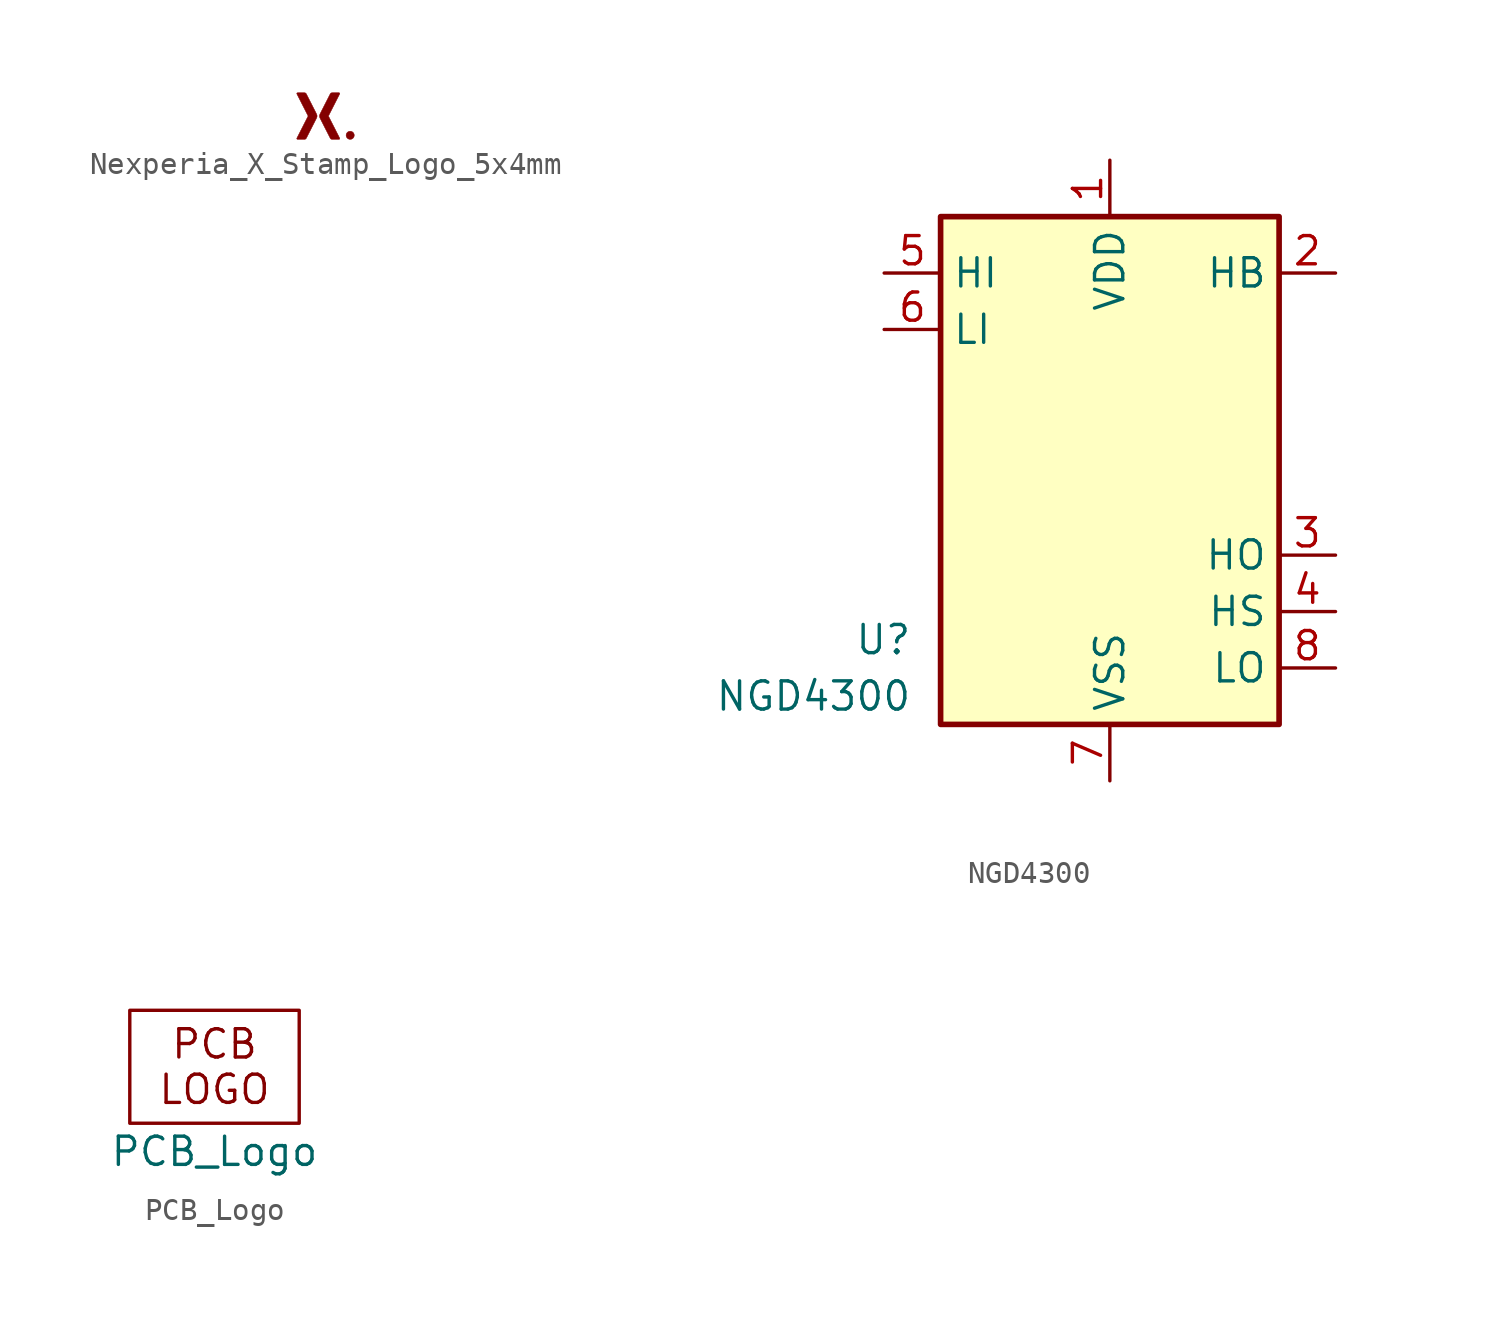
<source format=kicad_sym>
(kicad_symbol_lib
  (version 20241209)
  (generator "kicad_symbol_editor")
  (generator_version "9.0")
  (symbol "Nexperia_X_Stamp_Logo_5x4mm"
    (pin_names
      (offset 1.016))
    (property "Reference" "SYM"
      (at 0 1.133 0)
      (effects (font (size 1.27 1.27)) (hide yes)))
    (symbol "Nexperia_X_Stamp_Logo_5x4mm_0_0"
      (polyline (pts (xy -0.78 -1.055) (xy -0.766 -1.055) (xy -0.753 -1.055) (xy -0.74 -1.055) (xy -0.728 -1.055) (xy -0.718 -1.055) (xy -0.709 -1.055) (xy -0.701 -1.055) (xy -0.695 -1.054) (xy -0.69 -1.054) (xy -0.687 -1.054) (xy -0.686 -1.054) (xy -0.671 -1.052) (xy -0.658 -1.05) (xy -0.646 -1.046) (xy -0.635 -1.04) (xy -0.626 -1.034) (xy -0.617 -1.026) (xy -0.616 -1.024) (xy -0.612 -1.02) (xy -0.608 -1.015) (xy -0.604 -1.009) (xy -0.6 -1.002) (xy -0.595 -0.994) (xy -0.59 -0.984) (xy -0.589 -0.982) (xy -0.587 -0.978) (xy -0.585 -0.973) (xy -0.581 -0.965) (xy -0.576 -0.957) (xy -0.571 -0.946) (xy -0.565 -0.935) (xy -0.558 -0.922) (xy -0.551 -0.907) (xy -0.543 -0.891) (xy -0.535 -0.875) (xy -0.525 -0.857) (xy -0.516 -0.838) (xy -0.505 -0.817) (xy -0.495 -0.796) (xy -0.483 -0.774) (xy -0.472 -0.751) (xy -0.46 -0.728) (xy -0.447 -0.703) (xy -0.434 -0.678) (xy -0.421 -0.653) (xy -0.408 -0.626) (xy -0.394 -0.6) (xy -0.381 -0.572) (xy -0.366 -0.545) (xy -0.365 -0.543) (xy -0.351 -0.515) (xy -0.338 -0.488) (xy -0.324 -0.461) (xy -0.311 -0.435) (xy -0.298 -0.41) (xy -0.285 -0.385) (xy -0.273 -0.361) (xy -0.261 -0.337) (xy -0.249 -0.315) (xy -0.238 -0.293) (xy -0.228 -0.272) (xy -0.217 -0.252) (xy -0.208 -0.233) (xy -0.199 -0.215) (xy -0.19 -0.199) (xy -0.183 -0.183) (xy -0.175 -0.169) (xy -0.169 -0.157) (xy -0.163 -0.145) (xy -0.158 -0.135) (xy -0.154 -0.127) (xy -0.15 -0.12) (xy -0.148 -0.115) (xy -0.146 -0.111) (xy -0.145 -0.109) (xy -0.141 -0.1) (xy -0.133 -0.082) (xy -0.127 -0.064) (xy -0.121 -0.047) (xy -0.117 -0.031) (xy -0.117 -0.031) (xy -0.116 -0.026) (xy -0.115 -0.021) (xy -0.115 -0.017) (xy -0.115 -0.013) (xy -0.115 -0.007) (xy -0.115 0) (xy -0.115 0.001) (xy -0.115 0.008) (xy -0.115 0.013) (xy -0.115 0.018) (xy -0.115 0.022) (xy -0.116 0.026) (xy -0.117 0.031) (xy -0.119 0.039) (xy -0.124 0.056) (xy -0.13 0.073) (xy -0.137 0.091) (xy -0.145 0.109) (xy -0.145 0.109) (xy -0.146 0.111) (xy -0.148 0.115) (xy -0.151 0.12) (xy -0.154 0.127) (xy -0.159 0.136) (xy -0.164 0.146) (xy -0.169 0.157) (xy -0.176 0.17) (xy -0.183 0.184) (xy -0.191 0.2) (xy -0.199 0.217) (xy -0.208 0.234) (xy -0.218 0.253) (xy -0.228 0.273) (xy -0.239 0.294) (xy -0.25 0.316) (xy -0.262 0.339) (xy -0.274 0.362) (xy -0.286 0.387) (xy -0.299 0.412) (xy -0.312 0.437) (xy -0.325 0.463) (xy -0.339 0.49) (xy -0.352 0.517) (xy -0.366 0.545) (xy -0.367 0.546) (xy -0.381 0.574) (xy -0.395 0.601) (xy -0.409 0.627) (xy -0.422 0.654) (xy -0.435 0.679) (xy -0.448 0.705) (xy -0.46 0.729) (xy -0.472 0.752) (xy -0.484 0.775) (xy -0.495 0.797) (xy -0.506 0.818) (xy -0.516 0.838) (xy -0.526 0.858) (xy -0.535 0.875) (xy -0.544 0.892) (xy -0.551 0.908) (xy -0.559 0.922) (xy -0.566 0.935) (xy -0.571 0.947) (xy -0.577 0.957) (xy -0.581 0.966) (xy -0.585 0.973) (xy -0.587 0.978) (xy -0.589 0.982) (xy -0.59 0.984) (xy -0.592 0.987) (xy -0.597 0.996) (xy -0.601 1.004) (xy -0.605 1.01) (xy -0.609 1.016) (xy -0.613 1.021) (xy -0.617 1.026) (xy -0.622 1.031) (xy -0.631 1.038) (xy -0.64 1.043) (xy -0.65 1.047) (xy -0.662 1.051) (xy -0.675 1.053) (xy -0.689 1.054) (xy -0.693 1.054) (xy -0.698 1.055) (xy -0.706 1.055) (xy -0.715 1.055) (xy -0.727 1.055) (xy -0.74 1.055) (xy -0.754 1.055) (xy -0.771 1.055) (xy -0.789 1.055) (xy -0.808 1.055) (xy -0.83 1.055) (xy -0.852 1.055) (xy -0.866 1.055) (xy -0.885 1.055) (xy -0.902 1.055) (xy -0.917 1.055) (xy -0.931 1.055) (xy -0.943 1.055) (xy -0.953 1.055) (xy -0.962 1.055) (xy -0.97 1.054) (xy -0.977 1.054) (xy -0.983 1.054) (xy -0.988 1.054) (xy -0.992 1.054) (xy -0.995 1.054) (xy -0.997 1.054) (xy -0.999 1.054) (xy -1.001 1.054) (xy -1.002 1.053) (xy -1.003 1.053) (xy -1.007 1.051) (xy -1.016 1.047) (xy -1.022 1.042) (xy -1.027 1.036) (xy -1.03 1.029) (xy -1.032 1.022) (xy -1.032 1.014) (xy -1.029 1.005) (xy -1.029 1.005) (xy -1.029 1.004) (xy -1.029 1.004) (xy -1.028 1.003) (xy -1.028 1.003) (xy -1.028 1.002) (xy -1.028 1.001) (xy -1.027 1) (xy -1.026 0.999) (xy -1.026 0.997) (xy -1.025 0.995) (xy -1.024 0.993) (xy -1.022 0.991) (xy -1.021 0.987) (xy -1.019 0.984) (xy -1.017 0.98) (xy -1.015 0.975) (xy -1.012 0.97) (xy -1.009 0.964) (xy -1.006 0.958) (xy -1.002 0.951) (xy -0.998 0.943) (xy -0.994 0.934) (xy -0.989 0.925) (xy -0.984 0.915) (xy -0.979 0.904) (xy -0.972 0.892) (xy -0.966 0.879) (xy -0.959 0.865) (xy -0.951 0.85) (xy -0.943 0.834) (xy -0.934 0.817) (xy -0.925 0.799) (xy -0.915 0.779) (xy -0.905 0.759) (xy -0.894 0.737) (xy -0.882 0.714) (xy -0.87 0.69) (xy -0.856 0.664) (xy -0.843 0.637) (xy -0.828 0.608) (xy -0.813 0.578) (xy -0.797 0.546) (xy -0.78 0.513) (xy -0.762 0.479) (xy -0.744 0.442) (xy -0.724 0.405) (xy -0.704 0.365) (xy -0.683 0.324) (xy -0.661 0.281) (xy -0.656 0.27) (xy -0.644 0.247) (xy -0.633 0.226) (xy -0.623 0.205) (xy -0.612 0.184) (xy -0.602 0.165) (xy -0.593 0.146) (xy -0.584 0.128) (xy -0.575 0.111) (xy -0.567 0.094) (xy -0.559 0.079) (xy -0.552 0.065) (xy -0.545 0.052) (xy -0.539 0.041) (xy -0.534 0.03) (xy -0.53 0.021) (xy -0.526 0.014) (xy -0.523 0.008) (xy -0.521 0.004) (xy -0.519 0.001) (xy -0.519 0) (xy -0.519 -0.0001) (xy -0.519 -0.001) (xy -0.52 -0.002) (xy -0.521 -0.004) (xy -0.522 -0.007) (xy -0.524 -0.01) (xy -0.526 -0.014) (xy -0.528 -0.019) (xy -0.531 -0.024) (xy -0.534 -0.031) (xy -0.538 -0.038) (xy -0.542 -0.046) (xy -0.547 -0.055) (xy -0.552 -0.065) (xy -0.557 -0.076) (xy -0.563 -0.088) (xy -0.57 -0.101) (xy -0.577 -0.115) (xy -0.585 -0.13) (xy -0.593 -0.147) (xy -0.602 -0.164) (xy -0.612 -0.183) (xy -0.622 -0.203) (xy -0.632 -0.224) (xy -0.644 -0.246) (xy -0.656 -0.27) (xy -0.669 -0.295) (xy -0.682 -0.322) (xy -0.697 -0.35) (xy -0.712 -0.379) (xy -0.727 -0.41) (xy -0.744 -0.443) (xy -0.761 -0.477) (xy -0.779 -0.512) (xy -0.798 -0.549) (xy -0.818 -0.588) (xy -0.839 -0.629) (xy -0.86 -0.671) (xy -0.882 -0.715) (xy -0.906 -0.76) (xy -0.909 -0.768) (xy -0.922 -0.792) (xy -0.933 -0.815) (xy -0.944 -0.836) (xy -0.954 -0.856) (xy -0.963 -0.874) (xy -0.972 -0.89) (xy -0.979 -0.905) (xy -0.986 -0.919) (xy -0.993 -0.931) (xy -0.998 -0.943) (xy -1.003 -0.953) (xy -1.008 -0.962) (xy -1.012 -0.969) (xy -1.015 -0.976) (xy -1.018 -0.982) (xy -1.021 -0.988) (xy -1.023 -0.992) (xy -1.025 -0.996) (xy -1.026 -0.998) (xy -1.027 -1.001) (xy -1.028 -1.003) (xy -1.029 -1.004) (xy -1.029 -1.005) (xy -1.03 -1.009) (xy -1.032 -1.018) (xy -1.031 -1.025) (xy -1.029 -1.033) (xy -1.025 -1.039) (xy -1.02 -1.045) (xy -1.013 -1.049) (xy -1.004 -1.052) (xy -0.995 -1.054) (xy -0.994 -1.054) (xy -0.992 -1.054) (xy -0.987 -1.054) (xy -0.981 -1.055) (xy -0.973 -1.055) (xy -0.964 -1.055) (xy -0.953 -1.055) (xy -0.942 -1.055) (xy -0.929 -1.055) (xy -0.916 -1.055) (xy -0.902 -1.055) (xy -0.887 -1.055) (xy -0.872 -1.055) (xy -0.856 -1.055) (xy -0.841 -1.055) (xy -0.825 -1.055) (xy -0.81 -1.055) (xy -0.795 -1.055) (xy -0.78 -1.055)) (stroke (width 0.01) (type default)) (fill (type outline)))
      (polyline (pts (xy 0.879 -1.055) (xy 0.887 -1.052) (xy 0.89 -1.051) (xy 0.899 -1.047) (xy 0.905 -1.042) (xy 0.91 -1.036) (xy 0.913 -1.029) (xy 0.914 -1.021) (xy 0.913 -1.012) (xy 0.913 -1.012) (xy 0.913 -1.012) (xy 0.913 -1.012) (xy 0.913 -1.011) (xy 0.913 -1.011) (xy 0.913 -1.011) (xy 0.913 -1.011) (xy 0.913 -1.011) (xy 0.913 -1.01) (xy 0.913 -1.01) (xy 0.913 -1.009) (xy 0.913 -1.008) (xy 0.912 -1.007) (xy 0.911 -1.006) (xy 0.911 -1.004) (xy 0.91 -1.002) (xy 0.908 -0.999) (xy 0.907 -0.996) (xy 0.905 -0.993) (xy 0.903 -0.989) (xy 0.901 -0.984) (xy 0.898 -0.979) (xy 0.896 -0.973) (xy 0.892 -0.967) (xy 0.889 -0.96) (xy 0.885 -0.952) (xy 0.88 -0.943) (xy 0.876 -0.934) (xy 0.87 -0.923) (xy 0.865 -0.912) (xy 0.859 -0.9) (xy 0.852 -0.887) (xy 0.845 -0.873) (xy 0.837 -0.857) (xy 0.829 -0.841) (xy 0.82 -0.824) (xy 0.81 -0.805) (xy 0.8 -0.785) (xy 0.789 -0.764) (xy 0.778 -0.742) (xy 0.766 -0.718) (xy 0.753 -0.693) (xy 0.74 -0.667) (xy 0.726 -0.639) (xy 0.711 -0.61) (xy 0.696 -0.579) (xy 0.679 -0.547) (xy 0.662 -0.513) (xy 0.644 -0.478) (xy 0.625 -0.441) (xy 0.605 -0.402) (xy 0.585 -0.362) (xy 0.563 -0.32) (xy 0.554 -0.302) (xy 0.542 -0.279) (xy 0.531 -0.256) (xy 0.519 -0.233) (xy 0.508 -0.212) (xy 0.498 -0.191) (xy 0.487 -0.171) (xy 0.477 -0.151) (xy 0.468 -0.133) (xy 0.459 -0.115) (xy 0.451 -0.098) (xy 0.443 -0.083) (xy 0.436 -0.069) (xy 0.429 -0.056) (xy 0.423 -0.044) (xy 0.418 -0.033) (xy 0.413 -0.024) (xy 0.409 -0.016) (xy 0.406 -0.01) (xy 0.404 -0.006) (xy 0.402 -0.003) (xy 0.402 -0.002) (xy 0.402 -0.002) (xy 0.402 -0.001) (xy 0.402 -0.0001) (xy 0.403 0.001) (xy 0.404 0.003) (xy 0.405 0.005) (xy 0.406 0.008) (xy 0.407 0.011) (xy 0.409 0.016) (xy 0.412 0.02) (xy 0.414 0.026) (xy 0.417 0.032) (xy 0.421 0.04) (xy 0.425 0.048) (xy 0.43 0.057) (xy 0.435 0.067) (xy 0.441 0.078) (xy 0.447 0.091) (xy 0.454 0.104) (xy 0.461 0.119) (xy 0.47 0.136) (xy 0.478 0.153) (xy 0.488 0.172) (xy 0.498 0.192) (xy 0.51 0.214) (xy 0.522 0.238) (xy 0.534 0.263) (xy 0.548 0.29) (xy 0.563 0.319) (xy 0.573 0.339) (xy 0.594 0.38) (xy 0.614 0.42) (xy 0.634 0.458) (xy 0.652 0.494) (xy 0.67 0.529) (xy 0.687 0.562) (xy 0.703 0.594) (xy 0.718 0.624) (xy 0.733 0.652) (xy 0.746 0.679) (xy 0.759 0.705) (xy 0.772 0.729) (xy 0.783 0.752) (xy 0.794 0.774) (xy 0.805 0.794) (xy 0.815 0.814) (xy 0.824 0.832) (xy 0.832 0.849) (xy 0.841 0.864) (xy 0.848 0.879) (xy 0.855 0.893) (xy 0.861 0.906) (xy 0.867 0.917) (xy 0.873 0.928) (xy 0.878 0.938) (xy 0.882 0.947) (xy 0.887 0.956) (xy 0.89 0.963) (xy 0.894 0.97) (xy 0.897 0.976) (xy 0.9 0.982) (xy 0.902 0.987) (xy 0.904 0.991) (xy 0.906 0.995) (xy 0.908 0.998) (xy 0.909 1.001) (xy 0.91 1.003) (xy 0.911 1.005) (xy 0.912 1.006) (xy 0.912 1.008) (xy 0.913 1.009) (xy 0.913 1.01) (xy 0.913 1.01) (xy 0.913 1.01) (xy 0.913 1.011) (xy 0.913 1.011) (xy 0.913 1.011) (xy 0.913 1.011) (xy 0.913 1.011) (xy 0.913 1.012) (xy 0.913 1.012) (xy 0.913 1.012) (xy 0.914 1.015) (xy 0.914 1.023) (xy 0.912 1.031) (xy 0.909 1.038) (xy 0.903 1.043) (xy 0.896 1.048) (xy 0.887 1.052) (xy 0.879 1.055) (xy 0.734 1.055) (xy 0.726 1.055) (xy 0.704 1.055) (xy 0.685 1.055) (xy 0.667 1.055) (xy 0.651 1.055) (xy 0.637 1.055) (xy 0.624 1.055) (xy 0.612 1.055) (xy 0.602 1.055) (xy 0.593 1.055) (xy 0.585 1.055) (xy 0.578 1.054) (xy 0.572 1.054) (xy 0.567 1.054) (xy 0.562 1.054) (xy 0.558 1.053) (xy 0.555 1.053) (xy 0.552 1.052) (xy 0.549 1.052) (xy 0.547 1.051) (xy 0.544 1.051) (xy 0.542 1.05) (xy 0.532 1.047) (xy 0.524 1.044) (xy 0.516 1.04) (xy 0.509 1.035) (xy 0.502 1.029) (xy 0.499 1.025) (xy 0.493 1.018) (xy 0.487 1.011) (xy 0.482 1.002) (xy 0.476 0.991) (xy 0.475 0.989) (xy 0.473 0.986) (xy 0.471 0.981) (xy 0.467 0.974) (xy 0.463 0.966) (xy 0.459 0.957) (xy 0.453 0.946) (xy 0.447 0.935) (xy 0.441 0.923) (xy 0.434 0.909) (xy 0.427 0.896) (xy 0.42 0.881) (xy 0.412 0.866) (xy 0.405 0.851) (xy 0.403 0.848) (xy 0.381 0.804) (xy 0.359 0.762) (xy 0.339 0.721) (xy 0.319 0.683) (xy 0.3 0.646) (xy 0.282 0.61) (xy 0.265 0.576) (xy 0.248 0.544) (xy 0.232 0.513) (xy 0.217 0.483) (xy 0.203 0.456) (xy 0.19 0.429) (xy 0.177 0.404) (xy 0.165 0.38) (xy 0.153 0.357) (xy 0.142 0.336) (xy 0.132 0.316) (xy 0.122 0.296) (xy 0.113 0.279) (xy 0.104 0.262) (xy 0.096 0.246) (xy 0.089 0.231) (xy 0.082 0.217) (xy 0.075 0.205) (xy 0.069 0.193) (xy 0.064 0.182) (xy 0.059 0.172) (xy 0.054 0.162) (xy 0.05 0.153) (xy 0.045 0.146) (xy 0.042 0.138) (xy 0.039 0.132) (xy 0.036 0.126) (xy 0.033 0.12) (xy 0.03 0.116) (xy 0.028 0.111) (xy 0.026 0.107) (xy 0.025 0.104) (xy 0.023 0.101) (xy 0.022 0.098) (xy 0.021 0.096) (xy 0.02 0.094) (xy 0.019 0.092) (xy 0.018 0.09) (xy 0.018 0.089) (xy 0.017 0.087) (xy 0.017 0.086) (xy 0.016 0.085) (xy 0.016 0.084) (xy 0.015 0.083) (xy 0.015 0.082) (xy 0.011 0.072) (xy 0.006 0.056) (xy 0.001 0.04) (xy -0.002 0.025) (xy -0.004 0.011) (xy -0.004 -0.004) (xy -0.003 -0.018) (xy -0.0004 -0.033) (xy 0.003 -0.048) (xy 0.008 -0.064) (xy 0.015 -0.082) (xy 0.015 -0.082) (xy 0.015 -0.083) (xy 0.016 -0.084) (xy 0.016 -0.085) (xy 0.017 -0.086) (xy 0.017 -0.088) (xy 0.018 -0.089) (xy 0.018 -0.09) (xy 0.019 -0.092) (xy 0.02 -0.094) (xy 0.021 -0.096) (xy 0.022 -0.098) (xy 0.023 -0.101) (xy 0.025 -0.104) (xy 0.027 -0.108) (xy 0.029 -0.112) (xy 0.031 -0.116) (xy 0.033 -0.121) (xy 0.036 -0.126) (xy 0.039 -0.132) (xy 0.042 -0.139) (xy 0.046 -0.146) (xy 0.05 -0.154) (xy 0.054 -0.163) (xy 0.059 -0.172) (xy 0.064 -0.182) (xy 0.07 -0.194) (xy 0.076 -0.206) (xy 0.082 -0.218) (xy 0.089 -0.232) (xy 0.097 -0.247) (xy 0.105 -0.263) (xy 0.114 -0.28) (xy 0.123 -0.298) (xy 0.133 -0.317) (xy 0.143 -0.337) (xy 0.154 -0.359) (xy 0.165 -0.382) (xy 0.178 -0.406) (xy 0.191 -0.431) (xy 0.204 -0.458) (xy 0.218 -0.486) (xy 0.233 -0.515) (xy 0.249 -0.546) (xy 0.266 -0.579) (xy 0.283 -0.613) (xy 0.301 -0.648) (xy 0.32 -0.685) (xy 0.34 -0.724) (xy 0.361 -0.765) (xy 0.382 -0.807) (xy 0.405 -0.851) (xy 0.41 -0.861) (xy 0.417 -0.876) (xy 0.425 -0.891) (xy 0.432 -0.905) (xy 0.439 -0.918) (xy 0.445 -0.931) (xy 0.451 -0.943) (xy 0.457 -0.953) (xy 0.462 -0.963) (xy 0.466 -0.972) (xy 0.47 -0.979) (xy 0.472 -0.984) (xy 0.475 -0.988) (xy 0.476 -0.991) (xy 0.479 -0.996) (xy 0.482 -1.002) (xy 0.485 -1.008) (xy 0.488 -1.012) (xy 0.489 -1.013) (xy 0.494 -1.019) (xy 0.499 -1.025) (xy 0.505 -1.031) (xy 0.511 -1.036) (xy 0.516 -1.04) (xy 0.518 -1.041) (xy 0.528 -1.046) (xy 0.54 -1.05) (xy 0.553 -1.053) (xy 0.566 -1.054) (xy 0.566 -1.054) (xy 0.569 -1.054) (xy 0.573 -1.054) (xy 0.579 -1.054) (xy 0.587 -1.054) (xy 0.597 -1.055) (xy 0.607 -1.055) (xy 0.619 -1.055) (xy 0.632 -1.055) (xy 0.647 -1.055) (xy 0.662 -1.055) (xy 0.678 -1.055) (xy 0.694 -1.055) (xy 0.711 -1.055) (xy 0.729 -1.055) (xy 0.879 -1.055)) (stroke (width 0.01) (type default)) (fill (type outline)))
      (polyline (pts (xy 1.395 -1.054) (xy 1.404 -1.053) (xy 1.413 -1.052) (xy 1.421 -1.051) (xy 1.43 -1.049) (xy 1.448 -1.044) (xy 1.465 -1.036) (xy 1.482 -1.027) (xy 1.497 -1.017) (xy 1.511 -1.005) (xy 1.524 -0.991) (xy 1.535 -0.977) (xy 1.545 -0.961) (xy 1.554 -0.944) (xy 1.56 -0.926) (xy 1.565 -0.907) (xy 1.566 -0.905) (xy 1.567 -0.902) (xy 1.567 -0.899) (xy 1.567 -0.895) (xy 1.567 -0.891) (xy 1.568 -0.886) (xy 1.568 -0.879) (xy 1.568 -0.871) (xy 1.568 -0.868) (xy 1.568 -0.86) (xy 1.568 -0.854) (xy 1.567 -0.85) (xy 1.567 -0.846) (xy 1.567 -0.842) (xy 1.566 -0.839) (xy 1.565 -0.836) (xy 1.563 -0.826) (xy 1.557 -0.807) (xy 1.549 -0.789) (xy 1.54 -0.773) (xy 1.529 -0.757) (xy 1.516 -0.743) (xy 1.502 -0.73) (xy 1.487 -0.719) (xy 1.485 -0.717) (xy 1.468 -0.708) (xy 1.451 -0.7) (xy 1.433 -0.694) (xy 1.415 -0.69) (xy 1.397 -0.688) (xy 1.378 -0.688) (xy 1.36 -0.69) (xy 1.341 -0.693) (xy 1.323 -0.699) (xy 1.306 -0.706) (xy 1.297 -0.71) (xy 1.281 -0.72) (xy 1.266 -0.732) (xy 1.252 -0.745) (xy 1.24 -0.759) (xy 1.23 -0.774) (xy 1.222 -0.786) (xy 1.215 -0.802) (xy 1.21 -0.818) (xy 1.206 -0.834) (xy 1.205 -0.838) (xy 1.202 -0.857) (xy 1.202 -0.875) (xy 1.203 -0.894) (xy 1.206 -0.911) (xy 1.211 -0.929) (xy 1.218 -0.945) (xy 1.226 -0.961) (xy 1.235 -0.976) (xy 1.246 -0.99) (xy 1.258 -1.003) (xy 1.272 -1.015) (xy 1.286 -1.026) (xy 1.302 -1.035) (xy 1.319 -1.042) (xy 1.337 -1.048) (xy 1.355 -1.052) (xy 1.357 -1.053) (xy 1.365 -1.053) (xy 1.375 -1.054) (xy 1.385 -1.054) (xy 1.395 -1.054)) (stroke (width 0.01) (type default)) (fill (type outline)))))
  (symbol "NGD4300"
    (property "Reference" "U"
      (at -8.89 -8.89 0)
      (effects (font (size 1.27 1.27)) (justify right)))
    (property "Value" "NGD4300"
      (at -8.89 -11.43 0)
      (effects (font (size 1.27 1.27)) (justify right)))
    (symbol "NGD4300_0_1"
      (rectangle (start -7.62 10.16) (end 7.62 -12.7) (stroke (width 0.254) (type default)) (fill (type background))))
    (symbol "NGD4300_1_1"
      (pin input line (at -10.16 7.62 0) (length 2.54) (name "HI" (effects (font (size 1.27 1.27)))) (number "5" (effects (font (size 1.27 1.27)))))
      (pin input line (at -10.16 5.08 0) (length 2.54) (name "LI" (effects (font (size 1.27 1.27)))) (number "6" (effects (font (size 1.27 1.27)))))
      (pin power_in line (at 0 12.7 270) (length 2.54) (name "VDD" (effects (font (size 1.27 1.27)))) (number "1" (effects (font (size 1.27 1.27)))))
      (pin power_in line (at 0 -15.24 90) (length 2.54) (name "VSS" (effects (font (size 1.27 1.27)))) (number "7" (effects (font (size 1.27 1.27)))))
      (pin passive line (at 10.16 7.62 180) (length 2.54) (name "HB" (effects (font (size 1.27 1.27)))) (number "2" (effects (font (size 1.27 1.27)))))
      (pin output line (at 10.16 -5.08 180) (length 2.54) (name "HO" (effects (font (size 1.27 1.27)))) (number "3" (effects (font (size 1.27 1.27)))))
      (pin passive line (at 10.16 -7.62 180) (length 2.54) (name "HS" (effects (font (size 1.27 1.27)))) (number "4" (effects (font (size 1.27 1.27)))))
      (pin output line (at 10.16 -10.16 180) (length 2.54) (name "LO" (effects (font (size 1.27 1.27)))) (number "8" (effects (font (size 1.27 1.27)))))))
  (symbol "PCB_Logo"
    (property "Reference" "SYM"
      (at 0 3.81 0)
      (effects (font (size 1.27 1.27)) (hide yes)))
    (property "Value" "PCB_Logo"
      (at 0 -3.81 0)
      (effects (font (size 1.27 1.27))))
    (symbol "PCB_Logo_1_1"
      (rectangle (start -3.81 2.54) (end 3.81 -2.54) (stroke (width 0) (type default)) (fill (type none)))
      (text "PCB\nLOGO" (at 0 0 0) (effects (font (size 1.27 1.27)))))))
</source>
